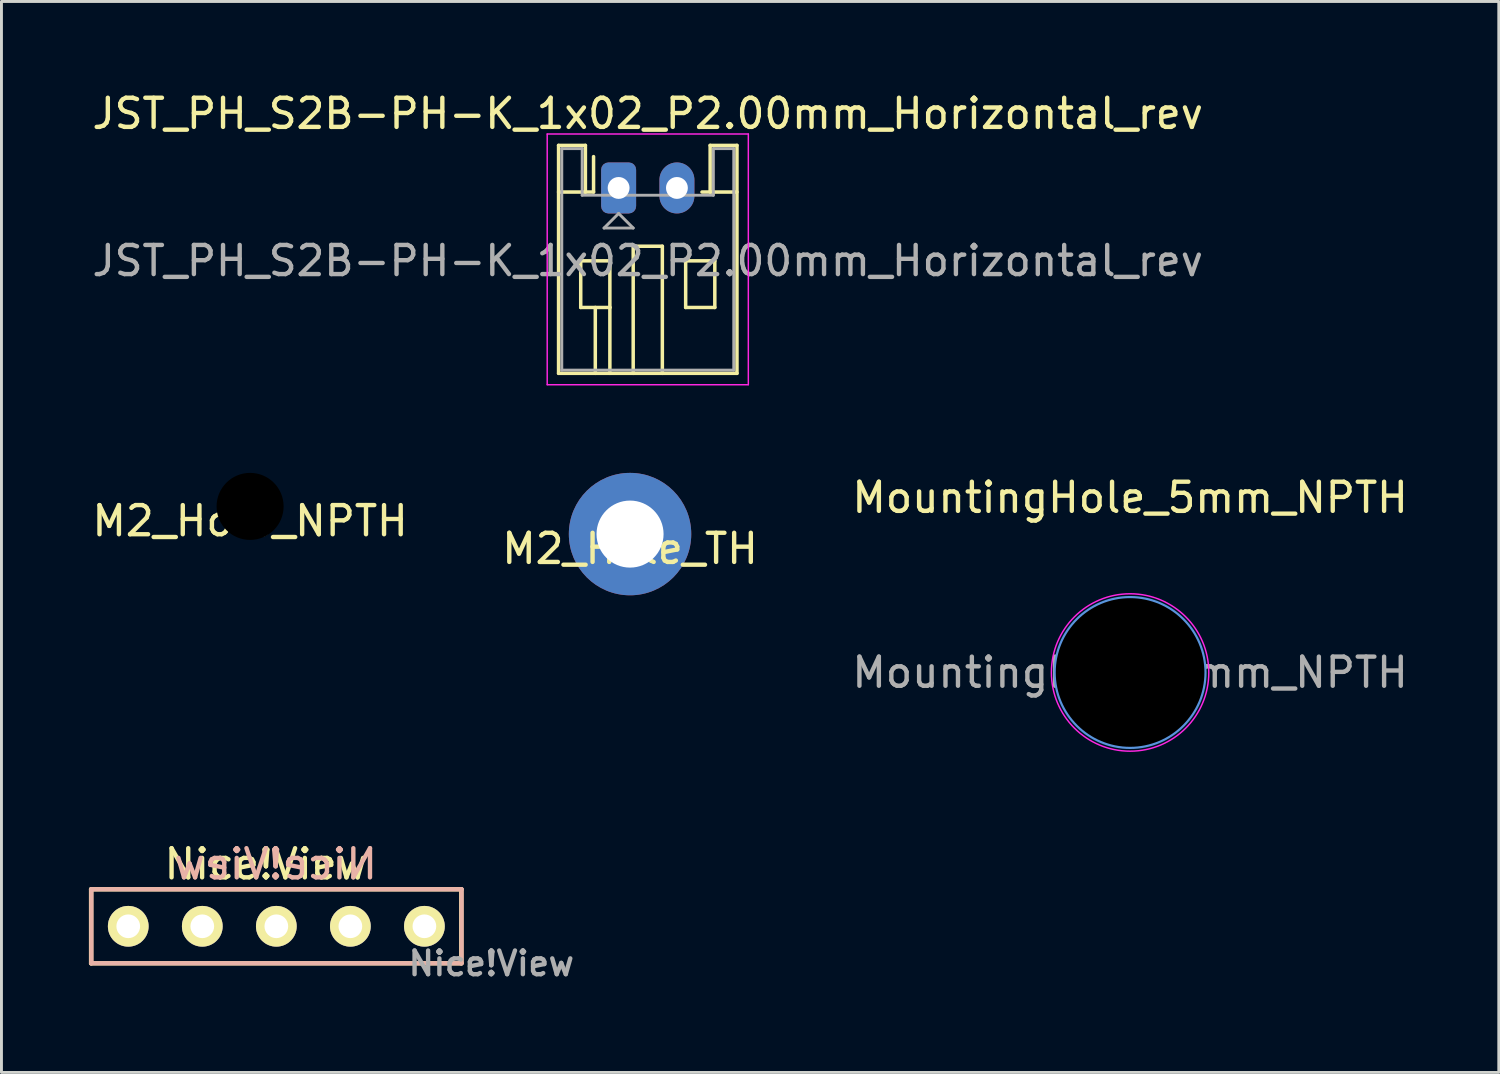
<source format=kicad_pcb>
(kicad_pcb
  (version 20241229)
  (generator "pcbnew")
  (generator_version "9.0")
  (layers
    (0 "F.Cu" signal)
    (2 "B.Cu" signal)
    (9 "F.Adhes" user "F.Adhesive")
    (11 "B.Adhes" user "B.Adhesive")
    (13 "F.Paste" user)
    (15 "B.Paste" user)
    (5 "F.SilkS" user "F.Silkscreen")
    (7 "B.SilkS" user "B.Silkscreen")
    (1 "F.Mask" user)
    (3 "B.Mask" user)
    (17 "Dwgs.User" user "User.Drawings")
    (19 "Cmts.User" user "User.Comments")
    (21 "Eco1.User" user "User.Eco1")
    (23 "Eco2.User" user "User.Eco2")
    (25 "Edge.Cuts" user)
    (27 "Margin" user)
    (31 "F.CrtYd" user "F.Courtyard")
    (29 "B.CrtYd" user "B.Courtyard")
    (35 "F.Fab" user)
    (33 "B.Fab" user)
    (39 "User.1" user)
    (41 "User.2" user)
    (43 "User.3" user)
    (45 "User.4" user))
  (footprint "JST_PH_S2B-PH-K_1x02_P2.00mm_Horizontal_rev"
    (layer "F.Cu")
    (at 18.173 3.398)
    (property "Reference" "JST_PH_S2B-PH-K_1x02_P2.00mm_Horizontal_rev" (at 1 -2.55 0) (layer "F.SilkS") (effects (font (size 1 1) (thickness 0.15))))
    (attr through_hole)
    (fp_line (start -2.06 -1.46) (end -2.06 6.36) (stroke (width 0.12) (type solid)) (layer "F.SilkS"))
    (fp_line (start -2.06 0.14) (end -1.14 0.14) (stroke (width 0.12) (type solid)) (layer "F.SilkS"))
    (fp_line (start -2.06 6.36) (end 4.06 6.36) (stroke (width 0.12) (type solid)) (layer "F.SilkS"))
    (fp_line (start -1.3 2.5) (end -1.3 4.1) (stroke (width 0.12) (type solid)) (layer "F.SilkS"))
    (fp_line (start -1.3 4.1) (end -0.3 4.1) (stroke (width 0.12) (type solid)) (layer "F.SilkS"))
    (fp_line (start -1.14 -1.46) (end -2.06 -1.46) (stroke (width 0.12) (type solid)) (layer "F.SilkS"))
    (fp_line (start -1.14 0.14) (end -1.14 -1.46) (stroke (width 0.12) (type solid)) (layer "F.SilkS"))
    (fp_line (start -0.86 0.14) (end -1.14 0.14) (stroke (width 0.12) (type solid)) (layer "F.SilkS"))
    (fp_line (start -0.86 0.14) (end -0.86 -1.075) (stroke (width 0.12) (type solid)) (layer "F.SilkS"))
    (fp_line (start -0.8 4.1) (end -0.8 6.36) (stroke (width 0.12) (type solid)) (layer "F.SilkS"))
    (fp_line (start -0.3 2.5) (end -1.3 2.5) (stroke (width 0.12) (type solid)) (layer "F.SilkS"))
    (fp_line (start -0.3 4.1) (end -0.3 2.5) (stroke (width 0.12) (type solid)) (layer "F.SilkS"))
    (fp_line (start -0.3 4.1) (end -0.3 6.36) (stroke (width 0.12) (type solid)) (layer "F.SilkS"))
    (fp_line (start 0.5 2) (end 1.5 2) (stroke (width 0.12) (type solid)) (layer "F.SilkS"))
    (fp_line (start 0.5 6.36) (end 0.5 2) (stroke (width 0.12) (type solid)) (layer "F.SilkS"))
    (fp_line (start 1.5 2) (end 1.5 6.36) (stroke (width 0.12) (type solid)) (layer "F.SilkS"))
    (fp_line (start 2.3 2.5) (end 3.3 2.5) (stroke (width 0.12) (type solid)) (layer "F.SilkS"))
    (fp_line (start 2.3 4.1) (end 2.3 2.5) (stroke (width 0.12) (type solid)) (layer "F.SilkS"))
    (fp_line (start 3.14 -1.46) (end 3.14 0.14) (stroke (width 0.12) (type solid)) (layer "F.SilkS"))
    (fp_line (start 3.14 0.14) (end 2.86 0.14) (stroke (width 0.12) (type solid)) (layer "F.SilkS"))
    (fp_line (start 3.3 2.5) (end 3.3 4.1) (stroke (width 0.12) (type solid)) (layer "F.SilkS"))
    (fp_line (start 3.3 4.1) (end 2.3 4.1) (stroke (width 0.12) (type solid)) (layer "F.SilkS"))
    (fp_line (start 4.06 -1.46) (end 3.14 -1.46) (stroke (width 0.12) (type solid)) (layer "F.SilkS"))
    (fp_line (start 4.06 0.14) (end 3.14 0.14) (stroke (width 0.12) (type solid)) (layer "F.SilkS"))
    (fp_line (start 4.06 6.36) (end 4.06 -1.46) (stroke (width 0.12) (type solid)) (layer "F.SilkS"))
    (fp_line (start -2.45 -1.85) (end -2.45 6.75) (stroke (width 0.05) (type solid)) (layer "F.CrtYd"))
    (fp_line (start -2.45 6.75) (end 4.45 6.75) (stroke (width 0.05) (type solid)) (layer "F.CrtYd"))
    (fp_line (start 4.45 -1.85) (end -2.45 -1.85) (stroke (width 0.05) (type solid)) (layer "F.CrtYd"))
    (fp_line (start 4.45 6.75) (end 4.45 -1.85) (stroke (width 0.05) (type solid)) (layer "F.CrtYd"))
    (fp_line (start -1.95 -1.35) (end -1.95 6.25) (stroke (width 0.1) (type solid)) (layer "F.Fab"))
    (fp_line (start -1.95 6.25) (end 3.95 6.25) (stroke (width 0.1) (type solid)) (layer "F.Fab"))
    (fp_line (start -1.25 -1.35) (end -1.95 -1.35) (stroke (width 0.1) (type solid)) (layer "F.Fab"))
    (fp_line (start -1.25 0.25) (end -1.25 -1.35) (stroke (width 0.1) (type solid)) (layer "F.Fab"))
    (fp_line (start -0.5 1.375) (end 0.5 1.375) (stroke (width 0.1) (type solid)) (layer "F.Fab"))
    (fp_line (start 0 0.875) (end -0.5 1.375) (stroke (width 0.1) (type solid)) (layer "F.Fab"))
    (fp_line (start 0.5 1.375) (end 0 0.875) (stroke (width 0.1) (type solid)) (layer "F.Fab"))
    (fp_line (start 3.25 -1.35) (end 3.25 0.25) (stroke (width 0.1) (type solid)) (layer "F.Fab"))
    (fp_line (start 3.25 0.25) (end -1.25 0.25) (stroke (width 0.1) (type solid)) (layer "F.Fab"))
    (fp_line (start 3.95 -1.35) (end 3.25 -1.35) (stroke (width 0.1) (type solid)) (layer "F.Fab"))
    (fp_line (start 3.95 6.25) (end 3.95 -1.35) (stroke (width 0.1) (type solid)) (layer "F.Fab"))
    (fp_text user "${REFERENCE}" (at 1 2.5 0) (layer "F.Fab") (effects (font (size 1 1) (thickness 0.15))))
    (pad "1" thru_hole roundrect (at 0 0) (size 1.2 1.75) (drill 0.75) (layers "*.Cu" "*.Mask") (roundrect_rratio 0.208))
    (pad "2" thru_hole oval (at 2 0) (size 1.2 1.75) (drill 0.75) (layers "*.Cu" "*.Mask")))
  (footprint "M2_Hole_TH"
    (layer "F.Cu")
    (at 18.565 15.273)
    (property "Reference" "M2_Hole_TH" (at 0 0.5 0) (layer "F.SilkS") (effects (font (size 1 1) (thickness 0.15))))
    (attr through_hole)
    (pad "" thru_hole circle (at 0 0) (size 4.2 4.2) (drill 2.3) (layers "*.Cu" "*.Mask")))
  (footprint "Nice!View"
    (layer "F.Cu")
    (at 6.43 28.728)
    (property "Reference" "Nice!View" (at 7.375 1.275 180) (layer "F.Fab") (effects (font (size 0.813 0.813) (thickness 0.15))))
    (attr through_hole)
    (fp_line (start -6.355 -1.27) (end -6.355 1.27) (stroke (width 0.15) (type solid)) (layer "F.SilkS"))
    (fp_line (start -6.355 1.27) (end 6.345 1.27) (stroke (width 0.15) (type solid)) (layer "F.SilkS"))
    (fp_line (start 6.345 -1.27) (end -6.355 -1.27) (stroke (width 0.15) (type solid)) (layer "F.SilkS"))
    (fp_line (start 6.345 1.27) (end 6.345 -1.27) (stroke (width 0.15) (type solid)) (layer "F.SilkS"))
    (fp_line (start -6.345 -1.27) (end 6.355 -1.27) (stroke (width 0.15) (type solid)) (layer "B.SilkS"))
    (fp_line (start -6.345 1.27) (end -6.345 -1.27) (stroke (width 0.15) (type solid)) (layer "B.SilkS"))
    (fp_line (start 6.355 -1.27) (end 6.355 1.27) (stroke (width 0.15) (type solid)) (layer "B.SilkS"))
    (fp_line (start 6.355 1.27) (end -6.345 1.27) (stroke (width 0.15) (type solid)) (layer "B.SilkS"))
    (fp_text user "Nice!View " (at 0.025 -2.134 0) (layer "F.SilkS") (effects (font (size 1 1) (thickness 0.15))))
    (fp_text user "Nice!View" (at -0.025 -2.134 0) (layer "B.SilkS") (effects (font (size 1 1) (thickness 0.15)) (justify mirror)))
    (pad "1" thru_hole circle (at -5.08 0) (size 1.397 1.397) (drill 0.813) (layers "*.Cu" "*.Mask" "F.SilkS"))
    (pad "2" thru_hole circle (at -2.54 0) (size 1.397 1.397) (drill 0.813) (layers "*.Cu" "*.Mask" "F.SilkS"))
    (pad "3" thru_hole circle (at 0 0) (size 1.397 1.397) (drill 0.813) (layers "*.Cu" "*.Mask" "F.SilkS"))
    (pad "4" thru_hole circle (at 2.54 0) (size 1.397 1.397) (drill 0.813) (layers "*.Cu" "*.Mask" "F.SilkS"))
    (pad "5" thru_hole circle (at 5.08 0) (size 1.397 1.397) (drill 0.813) (layers "*.Cu" "*.Mask" "F.SilkS")))
  (footprint "M2_Hole_NPTH"
    (layer "F.Cu")
    (at 5.53 14.323)
    (property "Reference" "M2_Hole_NPTH" (at 0 0.5 0) (layer "F.SilkS") (effects (font (size 1 1) (thickness 0.15))))
    (attr through_hole)
    (pad "" np_thru_hole circle (at 0 0) (size 2.3 2.3) (drill 2.3) (layers "*.Mask")))
  (footprint "MountingHole_5mm_NPTH"
    (layer "F.Cu")
    (at 35.72 20.021)
    (property "Reference" "MountingHole_5mm_NPTH" (at 0 -6 0) (layer "F.SilkS") (effects (font (size 1 1) (thickness 0.15))))
    (attr exclude_from_pos_files exclude_from_bom)
    (fp_circle (center 0 0) (end 2.55 0) (stroke (width 0.15) (type solid)) (fill no) (layer "Cmts.User"))
    (fp_circle (center 0 0) (end 2.7 0) (stroke (width 0.05) (type solid)) (fill no) (layer "F.CrtYd"))
    (fp_text user "${REFERENCE}" (at 0 0 0) (layer "F.Fab") (effects (font (size 1 1) (thickness 0.15))))
    (pad "" np_thru_hole circle (at 0 0) (size 5.1 5.1) (drill 5.1) (layers "*.Mask")))
  (gr_rect
    (start -3 -3)
    (end 48.369 33.742)
    (stroke (width 0.1) (type default))
    (fill no)
    (layer "Edge.Cuts")))
</source>
